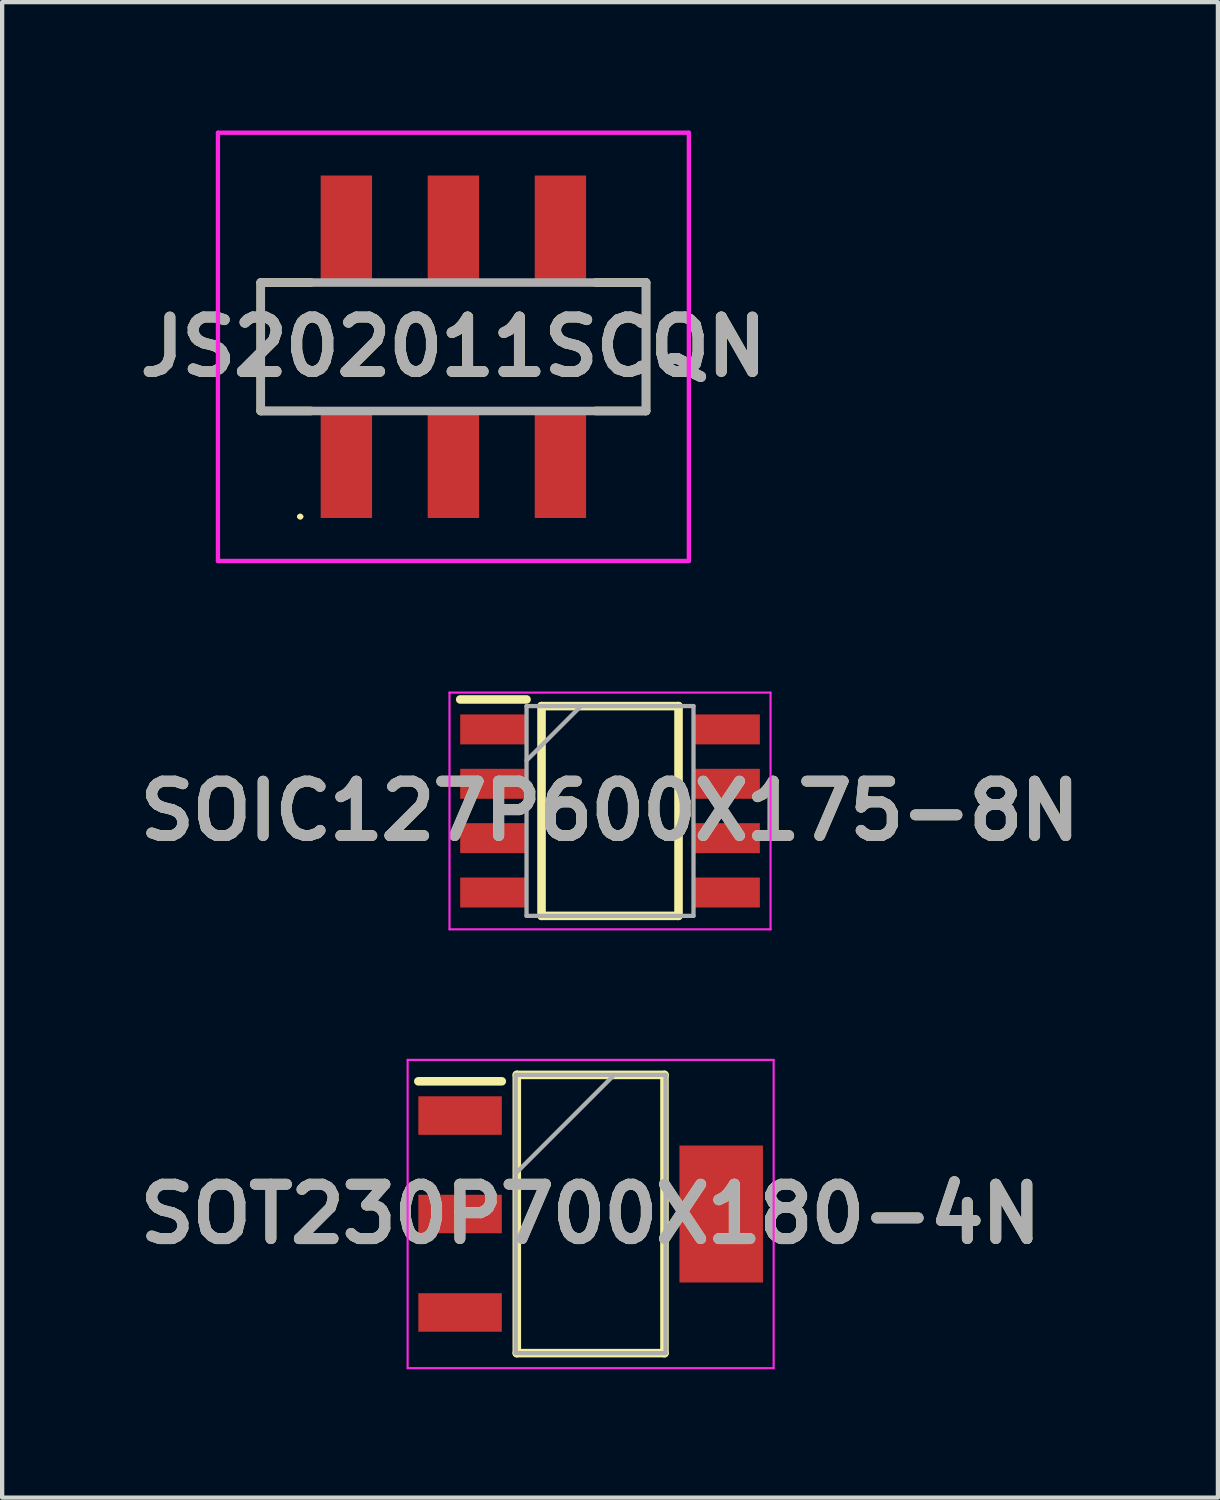
<source format=kicad_pcb>
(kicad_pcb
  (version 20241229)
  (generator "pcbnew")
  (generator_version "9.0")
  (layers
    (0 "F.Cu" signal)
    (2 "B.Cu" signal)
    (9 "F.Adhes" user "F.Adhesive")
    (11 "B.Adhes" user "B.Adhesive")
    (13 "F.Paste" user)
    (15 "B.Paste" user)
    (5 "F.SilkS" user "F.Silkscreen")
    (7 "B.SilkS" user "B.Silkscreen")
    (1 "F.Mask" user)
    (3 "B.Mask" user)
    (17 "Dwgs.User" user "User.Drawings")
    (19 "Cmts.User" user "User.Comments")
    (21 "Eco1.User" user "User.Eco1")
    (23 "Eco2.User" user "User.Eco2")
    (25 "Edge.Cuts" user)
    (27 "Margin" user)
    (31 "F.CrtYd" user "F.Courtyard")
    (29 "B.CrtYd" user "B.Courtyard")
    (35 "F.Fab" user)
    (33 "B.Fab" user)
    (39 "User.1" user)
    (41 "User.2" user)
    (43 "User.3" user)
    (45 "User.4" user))
  (footprint "JS202011SCQN"
    (layer "F.Cu")
    (at 7.541 5.05)
    (property "Reference" "JS202011SCQN" (at 0 0.002 0) (layer "F.SilkS") (effects (font (size 1.27 1.27) (thickness 0.254))))
    (attr smd)
    (fp_line (start -4.5 -1.5) (end -4.5 1.5) (stroke (width 0.2) (type solid)) (layer "F.SilkS"))
    (fp_line (start -4.5 -1.5) (end -3.323 -1.5) (stroke (width 0.2) (type solid)) (layer "F.SilkS"))
    (fp_line (start -4.5 1.5) (end -3.323 1.5) (stroke (width 0.2) (type solid)) (layer "F.SilkS"))
    (fp_line (start -3.614 3.968) (end -3.614 3.968) (stroke (width 0.072) (type solid)) (layer "F.SilkS"))
    (fp_line (start -3.542 3.968) (end -3.542 3.968) (stroke (width 0.072) (type solid)) (layer "F.SilkS"))
    (fp_line (start 4.5 -1.5) (end 3.323 -1.5) (stroke (width 0.2) (type solid)) (layer "F.SilkS"))
    (fp_line (start 4.5 1.5) (end 3.323 1.5) (stroke (width 0.2) (type solid)) (layer "F.SilkS"))
    (fp_line (start 4.5 1.5) (end 4.5 -1.5) (stroke (width 0.2) (type solid)) (layer "F.SilkS"))
    (fp_arc (start -3.614 3.968) (mid -3.578 3.932) (end -3.542 3.968) (stroke (width 0.07159) (type solid)) (layer "F.SilkS"))
    (fp_arc (start -3.542 3.968) (mid -3.578 4.004) (end -3.614 3.968) (stroke (width 0.07159) (type solid)) (layer "F.SilkS"))
    (fp_line (start -5.5 -5) (end 5.5 -5) (stroke (width 0.1) (type solid)) (layer "F.CrtYd"))
    (fp_line (start -5.5 5.004) (end -5.5 -5) (stroke (width 0.1) (type solid)) (layer "F.CrtYd"))
    (fp_line (start 5.5 -5) (end 5.5 5.004) (stroke (width 0.1) (type solid)) (layer "F.CrtYd"))
    (fp_line (start 5.5 5.004) (end -5.5 5.004) (stroke (width 0.1) (type solid)) (layer "F.CrtYd"))
    (fp_line (start -4.5 -1.5) (end 4.5 -1.5) (stroke (width 0.2) (type solid)) (layer "F.Fab"))
    (fp_line (start -4.5 1.5) (end -4.5 -1.5) (stroke (width 0.2) (type solid)) (layer "F.Fab"))
    (fp_line (start 4.5 -1.5) (end 4.5 1.5) (stroke (width 0.2) (type solid)) (layer "F.Fab"))
    (fp_line (start 4.5 1.5) (end -4.5 1.5) (stroke (width 0.2) (type solid)) (layer "F.Fab"))
    (fp_text user "${REFERENCE}" (at 0 0.002 0) (layer "F.Fab") (effects (font (size 1.27 1.27) (thickness 0.254))))
    (pad "1" smd rect (at -2.5 2.75) (size 1.2 2.5) (layers "F.Cu" "F.Mask" "F.Paste"))
    (pad "2" smd rect (at 0 2.75) (size 1.2 2.5) (layers "F.Cu" "F.Mask" "F.Paste"))
    (pad "3" smd rect (at 2.5 2.75) (size 1.2 2.5) (layers "F.Cu" "F.Mask" "F.Paste"))
    (pad "4" smd rect (at -2.5 -2.75) (size 1.2 2.5) (layers "F.Cu" "F.Mask" "F.Paste"))
    (pad "5" smd rect (at 0 -2.75) (size 1.2 2.5) (layers "F.Cu" "F.Mask" "F.Paste"))
    (pad "6" smd rect (at 2.5 -2.75) (size 1.2 2.5) (layers "F.Cu" "F.Mask" "F.Paste")))
  (footprint "SOIC127P600X175-8N"
    (layer "F.Cu")
    (at 11.2 15.894)
    (property "Reference" "SOIC127P600X175-8N" (at 0 0 0) (layer "F.SilkS") (effects (font (size 1.27 1.27) (thickness 0.254))))
    (attr smd)
    (fp_line (start -3.5 -2.605) (end -1.95 -2.605) (stroke (width 0.2) (type solid)) (layer "F.SilkS"))
    (fp_line (start -1.6 -2.45) (end 1.6 -2.45) (stroke (width 0.2) (type solid)) (layer "F.SilkS"))
    (fp_line (start -1.6 2.45) (end -1.6 -2.45) (stroke (width 0.2) (type solid)) (layer "F.SilkS"))
    (fp_line (start 1.6 -2.45) (end 1.6 2.45) (stroke (width 0.2) (type solid)) (layer "F.SilkS"))
    (fp_line (start 1.6 2.45) (end -1.6 2.45) (stroke (width 0.2) (type solid)) (layer "F.SilkS"))
    (fp_line (start -3.75 -2.765) (end 3.75 -2.765) (stroke (width 0.05) (type solid)) (layer "F.CrtYd"))
    (fp_line (start -3.75 2.765) (end -3.75 -2.765) (stroke (width 0.05) (type solid)) (layer "F.CrtYd"))
    (fp_line (start 3.75 -2.765) (end 3.75 2.765) (stroke (width 0.05) (type solid)) (layer "F.CrtYd"))
    (fp_line (start 3.75 2.765) (end -3.75 2.765) (stroke (width 0.05) (type solid)) (layer "F.CrtYd"))
    (fp_line (start -1.95 -2.45) (end 1.95 -2.45) (stroke (width 0.1) (type solid)) (layer "F.Fab"))
    (fp_line (start -1.95 -1.18) (end -0.68 -2.45) (stroke (width 0.1) (type solid)) (layer "F.Fab"))
    (fp_line (start -1.95 2.45) (end -1.95 -2.45) (stroke (width 0.1) (type solid)) (layer "F.Fab"))
    (fp_line (start 1.95 -2.45) (end 1.95 2.45) (stroke (width 0.1) (type solid)) (layer "F.Fab"))
    (fp_line (start 1.95 2.45) (end -1.95 2.45) (stroke (width 0.1) (type solid)) (layer "F.Fab"))
    (fp_text user "${REFERENCE}" (at 0 0 0) (layer "F.Fab") (effects (font (size 1.27 1.27) (thickness 0.254))))
    (pad "1" smd rect (at -2.725 -1.905 90) (size 0.7 1.55) (layers "F.Cu" "F.Mask" "F.Paste"))
    (pad "2" smd rect (at -2.725 -0.635 90) (size 0.7 1.55) (layers "F.Cu" "F.Mask" "F.Paste"))
    (pad "3" smd rect (at -2.725 0.635 90) (size 0.7 1.55) (layers "F.Cu" "F.Mask" "F.Paste"))
    (pad "4" smd rect (at -2.725 1.905 90) (size 0.7 1.55) (layers "F.Cu" "F.Mask" "F.Paste"))
    (pad "5" smd rect (at 2.725 1.905 90) (size 0.7 1.55) (layers "F.Cu" "F.Mask" "F.Paste"))
    (pad "6" smd rect (at 2.725 0.635 90) (size 0.7 1.55) (layers "F.Cu" "F.Mask" "F.Paste"))
    (pad "7" smd rect (at 2.725 -0.635 90) (size 0.7 1.55) (layers "F.Cu" "F.Mask" "F.Paste"))
    (pad "8" smd rect (at 2.725 -1.905 90) (size 0.7 1.55) (layers "F.Cu" "F.Mask" "F.Paste")))
  (footprint "SOT230P700X180-4N"
    (layer "F.Cu")
    (at 10.747 25.309)
    (property "Reference" "SOT230P700X180-4N" (at 0 0 0) (layer "F.SilkS") (effects (font (size 1.27 1.27) (thickness 0.254))))
    (attr smd)
    (fp_line (start -4.025 -3.1) (end -2.075 -3.1) (stroke (width 0.2) (type solid)) (layer "F.SilkS"))
    (fp_line (start -1.725 -3.25) (end 1.725 -3.25) (stroke (width 0.2) (type solid)) (layer "F.SilkS"))
    (fp_line (start -1.725 3.25) (end -1.725 -3.25) (stroke (width 0.2) (type solid)) (layer "F.SilkS"))
    (fp_line (start 1.725 -3.25) (end 1.725 3.25) (stroke (width 0.2) (type solid)) (layer "F.SilkS"))
    (fp_line (start 1.725 3.25) (end -1.725 3.25) (stroke (width 0.2) (type solid)) (layer "F.SilkS"))
    (fp_line (start -4.275 -3.6) (end 4.275 -3.6) (stroke (width 0.05) (type solid)) (layer "F.CrtYd"))
    (fp_line (start -4.275 3.6) (end -4.275 -3.6) (stroke (width 0.05) (type solid)) (layer "F.CrtYd"))
    (fp_line (start 4.275 -3.6) (end 4.275 3.6) (stroke (width 0.05) (type solid)) (layer "F.CrtYd"))
    (fp_line (start 4.275 3.6) (end -4.275 3.6) (stroke (width 0.05) (type solid)) (layer "F.CrtYd"))
    (fp_line (start -1.75 -3.25) (end 1.75 -3.25) (stroke (width 0.1) (type solid)) (layer "F.Fab"))
    (fp_line (start -1.75 -0.95) (end 0.55 -3.25) (stroke (width 0.1) (type solid)) (layer "F.Fab"))
    (fp_line (start -1.75 3.25) (end -1.75 -3.25) (stroke (width 0.1) (type solid)) (layer "F.Fab"))
    (fp_line (start 1.75 -3.25) (end 1.75 3.25) (stroke (width 0.1) (type solid)) (layer "F.Fab"))
    (fp_line (start 1.75 3.25) (end -1.75 3.25) (stroke (width 0.1) (type solid)) (layer "F.Fab"))
    (fp_text user "${REFERENCE}" (at 0 0 0) (layer "F.Fab") (effects (font (size 1.27 1.27) (thickness 0.254))))
    (pad "1" smd rect (at -3.05 -2.3 90) (size 0.9 1.95) (layers "F.Cu" "F.Mask" "F.Paste"))
    (pad "2" smd rect (at -3.05 0 90) (size 0.9 1.95) (layers "F.Cu" "F.Mask" "F.Paste"))
    (pad "3" smd rect (at -3.05 2.3 90) (size 0.9 1.95) (layers "F.Cu" "F.Mask" "F.Paste"))
    (pad "4" smd rect (at 3.05 0) (size 1.95 3.2) (layers "F.Cu" "F.Mask" "F.Paste")))
  (gr_rect
    (start -3 -3)
    (end 25.4 31.934)
    (stroke (width 0.1) (type default))
    (fill no)
    (layer "Edge.Cuts")))
</source>
